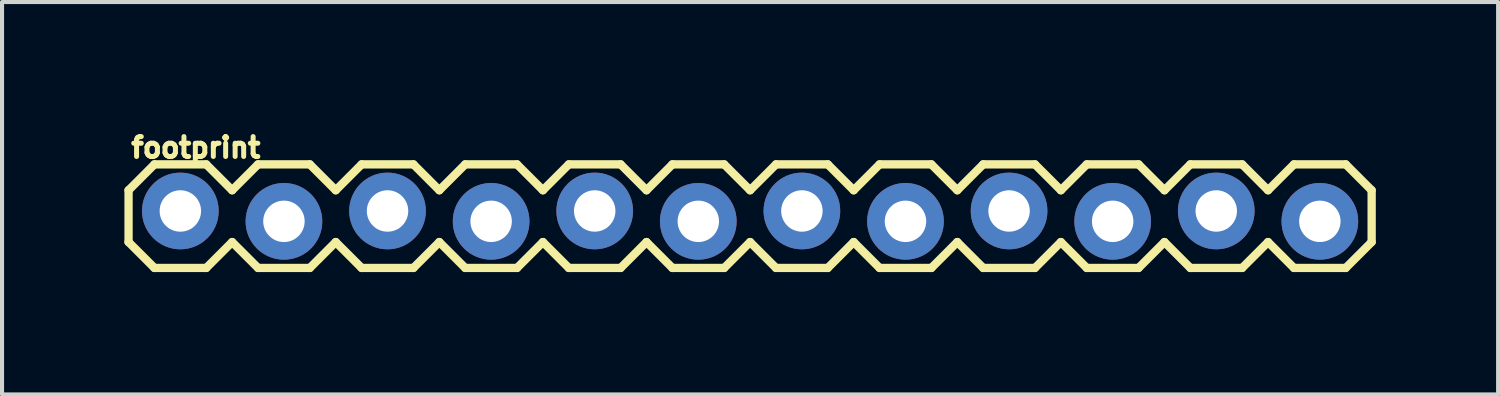
<source format=kicad_pcb>
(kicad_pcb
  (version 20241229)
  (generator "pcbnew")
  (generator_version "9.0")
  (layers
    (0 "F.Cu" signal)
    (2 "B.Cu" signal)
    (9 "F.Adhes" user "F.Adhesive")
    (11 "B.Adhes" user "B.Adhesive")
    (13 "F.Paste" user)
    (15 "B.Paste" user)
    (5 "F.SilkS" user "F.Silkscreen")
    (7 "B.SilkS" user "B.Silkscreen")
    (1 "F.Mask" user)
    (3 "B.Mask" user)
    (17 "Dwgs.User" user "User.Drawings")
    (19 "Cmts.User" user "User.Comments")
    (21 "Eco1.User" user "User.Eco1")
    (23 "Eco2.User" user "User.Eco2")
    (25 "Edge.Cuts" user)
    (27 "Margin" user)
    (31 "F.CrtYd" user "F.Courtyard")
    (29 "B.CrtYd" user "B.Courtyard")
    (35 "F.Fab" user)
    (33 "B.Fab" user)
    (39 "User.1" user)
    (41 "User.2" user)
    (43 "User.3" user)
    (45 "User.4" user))
  (footprint "footprint"
    (layer "F.Cu")
    (at 1.372 2.25)
    (property "Reference" "footprint" (at -1.27 -1.397 0) (layer "F.SilkS") (effects (font (size 0.488 0.488) (thickness 0.122)) (justify left bottom)))
    (fp_line (start -1.27 -0.635) (end -1.27 0.635) (stroke (width 0.203) (type solid)) (layer "F.SilkS"))
    (fp_line (start -1.27 0.635) (end -0.635 1.27) (stroke (width 0.203) (type solid)) (layer "F.SilkS"))
    (fp_line (start -0.635 -1.27) (end -1.27 -0.635) (stroke (width 0.203) (type solid)) (layer "F.SilkS"))
    (fp_line (start -0.635 -1.27) (end 0.635 -1.27) (stroke (width 0.203) (type solid)) (layer "F.SilkS"))
    (fp_line (start 0.635 -1.27) (end 1.27 -0.635) (stroke (width 0.203) (type solid)) (layer "F.SilkS"))
    (fp_line (start 0.635 1.27) (end -0.635 1.27) (stroke (width 0.203) (type solid)) (layer "F.SilkS"))
    (fp_line (start 1.27 -0.635) (end 1.905 -1.27) (stroke (width 0.203) (type solid)) (layer "F.SilkS"))
    (fp_line (start 1.27 0.635) (end 0.635 1.27) (stroke (width 0.203) (type solid)) (layer "F.SilkS"))
    (fp_line (start 1.905 -1.27) (end 3.175 -1.27) (stroke (width 0.203) (type solid)) (layer "F.SilkS"))
    (fp_line (start 1.905 1.27) (end 1.27 0.635) (stroke (width 0.203) (type solid)) (layer "F.SilkS"))
    (fp_line (start 3.175 -1.27) (end 3.81 -0.635) (stroke (width 0.203) (type solid)) (layer "F.SilkS"))
    (fp_line (start 3.175 1.27) (end 1.905 1.27) (stroke (width 0.203) (type solid)) (layer "F.SilkS"))
    (fp_line (start 3.81 -0.635) (end 4.445 -1.27) (stroke (width 0.203) (type solid)) (layer "F.SilkS"))
    (fp_line (start 3.81 0.635) (end 3.175 1.27) (stroke (width 0.203) (type solid)) (layer "F.SilkS"))
    (fp_line (start 4.445 -1.27) (end 5.715 -1.27) (stroke (width 0.203) (type solid)) (layer "F.SilkS"))
    (fp_line (start 4.445 1.27) (end 3.81 0.635) (stroke (width 0.203) (type solid)) (layer "F.SilkS"))
    (fp_line (start 5.715 -1.27) (end 6.35 -0.635) (stroke (width 0.203) (type solid)) (layer "F.SilkS"))
    (fp_line (start 5.715 1.27) (end 4.445 1.27) (stroke (width 0.203) (type solid)) (layer "F.SilkS"))
    (fp_line (start 6.35 0.635) (end 5.715 1.27) (stroke (width 0.203) (type solid)) (layer "F.SilkS"))
    (fp_line (start 6.35 0.635) (end 6.985 1.27) (stroke (width 0.203) (type solid)) (layer "F.SilkS"))
    (fp_line (start 6.985 -1.27) (end 6.35 -0.635) (stroke (width 0.203) (type solid)) (layer "F.SilkS"))
    (fp_line (start 6.985 -1.27) (end 8.255 -1.27) (stroke (width 0.203) (type solid)) (layer "F.SilkS"))
    (fp_line (start 8.255 -1.27) (end 8.89 -0.635) (stroke (width 0.203) (type solid)) (layer "F.SilkS"))
    (fp_line (start 8.255 1.27) (end 6.985 1.27) (stroke (width 0.203) (type solid)) (layer "F.SilkS"))
    (fp_line (start 8.89 -0.635) (end 9.525 -1.27) (stroke (width 0.203) (type solid)) (layer "F.SilkS"))
    (fp_line (start 8.89 0.635) (end 8.255 1.27) (stroke (width 0.203) (type solid)) (layer "F.SilkS"))
    (fp_line (start 9.525 -1.27) (end 10.795 -1.27) (stroke (width 0.203) (type solid)) (layer "F.SilkS"))
    (fp_line (start 9.525 1.27) (end 8.89 0.635) (stroke (width 0.203) (type solid)) (layer "F.SilkS"))
    (fp_line (start 10.795 -1.27) (end 11.43 -0.635) (stroke (width 0.203) (type solid)) (layer "F.SilkS"))
    (fp_line (start 10.795 1.27) (end 9.525 1.27) (stroke (width 0.203) (type solid)) (layer "F.SilkS"))
    (fp_line (start 11.43 -0.635) (end 12.065 -1.27) (stroke (width 0.203) (type solid)) (layer "F.SilkS"))
    (fp_line (start 11.43 0.635) (end 10.795 1.27) (stroke (width 0.203) (type solid)) (layer "F.SilkS"))
    (fp_line (start 12.065 -1.27) (end 13.335 -1.27) (stroke (width 0.203) (type solid)) (layer "F.SilkS"))
    (fp_line (start 12.065 1.27) (end 11.43 0.635) (stroke (width 0.203) (type solid)) (layer "F.SilkS"))
    (fp_line (start 13.335 -1.27) (end 13.97 -0.635) (stroke (width 0.203) (type solid)) (layer "F.SilkS"))
    (fp_line (start 13.335 1.27) (end 12.065 1.27) (stroke (width 0.203) (type solid)) (layer "F.SilkS"))
    (fp_line (start 13.97 0.635) (end 13.335 1.27) (stroke (width 0.203) (type solid)) (layer "F.SilkS"))
    (fp_line (start 13.97 0.635) (end 14.605 1.27) (stroke (width 0.203) (type solid)) (layer "F.SilkS"))
    (fp_line (start 14.605 -1.27) (end 13.97 -0.635) (stroke (width 0.203) (type solid)) (layer "F.SilkS"))
    (fp_line (start 14.605 -1.27) (end 15.875 -1.27) (stroke (width 0.203) (type solid)) (layer "F.SilkS"))
    (fp_line (start 15.875 -1.27) (end 16.51 -0.635) (stroke (width 0.203) (type solid)) (layer "F.SilkS"))
    (fp_line (start 15.875 1.27) (end 14.605 1.27) (stroke (width 0.203) (type solid)) (layer "F.SilkS"))
    (fp_line (start 16.51 0.635) (end 15.875 1.27) (stroke (width 0.203) (type solid)) (layer "F.SilkS"))
    (fp_line (start 16.51 0.635) (end 17.145 1.27) (stroke (width 0.203) (type solid)) (layer "F.SilkS"))
    (fp_line (start 17.145 -1.27) (end 16.51 -0.635) (stroke (width 0.203) (type solid)) (layer "F.SilkS"))
    (fp_line (start 17.145 -1.27) (end 18.415 -1.27) (stroke (width 0.203) (type solid)) (layer "F.SilkS"))
    (fp_line (start 18.415 -1.27) (end 19.05 -0.635) (stroke (width 0.203) (type solid)) (layer "F.SilkS"))
    (fp_line (start 18.415 1.27) (end 17.145 1.27) (stroke (width 0.203) (type solid)) (layer "F.SilkS"))
    (fp_line (start 19.05 0.635) (end 18.415 1.27) (stroke (width 0.203) (type solid)) (layer "F.SilkS"))
    (fp_line (start 19.05 0.635) (end 19.685 1.27) (stroke (width 0.203) (type solid)) (layer "F.SilkS"))
    (fp_line (start 19.685 -1.27) (end 19.05 -0.635) (stroke (width 0.203) (type solid)) (layer "F.SilkS"))
    (fp_line (start 19.685 -1.27) (end 20.955 -1.27) (stroke (width 0.203) (type solid)) (layer "F.SilkS"))
    (fp_line (start 20.955 -1.27) (end 21.59 -0.635) (stroke (width 0.203) (type solid)) (layer "F.SilkS"))
    (fp_line (start 20.955 1.27) (end 19.685 1.27) (stroke (width 0.203) (type solid)) (layer "F.SilkS"))
    (fp_line (start 21.59 0.635) (end 20.955 1.27) (stroke (width 0.203) (type solid)) (layer "F.SilkS"))
    (fp_line (start 21.59 0.635) (end 22.225 1.27) (stroke (width 0.203) (type solid)) (layer "F.SilkS"))
    (fp_line (start 22.225 -1.27) (end 21.59 -0.635) (stroke (width 0.203) (type solid)) (layer "F.SilkS"))
    (fp_line (start 22.225 -1.27) (end 23.495 -1.27) (stroke (width 0.203) (type solid)) (layer "F.SilkS"))
    (fp_line (start 23.495 -1.27) (end 24.13 -0.635) (stroke (width 0.203) (type solid)) (layer "F.SilkS"))
    (fp_line (start 23.495 1.27) (end 22.225 1.27) (stroke (width 0.203) (type solid)) (layer "F.SilkS"))
    (fp_line (start 24.13 0.635) (end 23.495 1.27) (stroke (width 0.203) (type solid)) (layer "F.SilkS"))
    (fp_line (start 24.13 0.635) (end 24.765 1.27) (stroke (width 0.203) (type solid)) (layer "F.SilkS"))
    (fp_line (start 24.765 -1.27) (end 24.13 -0.635) (stroke (width 0.203) (type solid)) (layer "F.SilkS"))
    (fp_line (start 24.765 -1.27) (end 26.035 -1.27) (stroke (width 0.203) (type solid)) (layer "F.SilkS"))
    (fp_line (start 26.035 -1.27) (end 26.67 -0.635) (stroke (width 0.203) (type solid)) (layer "F.SilkS"))
    (fp_line (start 26.035 1.27) (end 24.765 1.27) (stroke (width 0.203) (type solid)) (layer "F.SilkS"))
    (fp_line (start 26.67 0.635) (end 26.035 1.27) (stroke (width 0.203) (type solid)) (layer "F.SilkS"))
    (fp_line (start 26.67 0.635) (end 27.305 1.27) (stroke (width 0.203) (type solid)) (layer "F.SilkS"))
    (fp_line (start 27.305 -1.27) (end 26.67 -0.635) (stroke (width 0.203) (type solid)) (layer "F.SilkS"))
    (fp_line (start 27.305 -1.27) (end 28.575 -1.27) (stroke (width 0.203) (type solid)) (layer "F.SilkS"))
    (fp_line (start 28.575 -1.27) (end 29.21 -0.635) (stroke (width 0.203) (type solid)) (layer "F.SilkS"))
    (fp_line (start 28.575 1.27) (end 27.305 1.27) (stroke (width 0.203) (type solid)) (layer "F.SilkS"))
    (fp_line (start 29.21 -0.635) (end 29.21 0.635) (stroke (width 0.203) (type solid)) (layer "F.SilkS"))
    (fp_line (start 29.21 0.635) (end 28.575 1.27) (stroke (width 0.203) (type solid)) (layer "F.SilkS"))
    (fp_poly (pts (xy -0.254 0.254) (xy 0.254 0.254) (xy 0.254 -0.254) (xy -0.254 -0.254)) (stroke (width 0.1) (type solid)) (fill no) (layer "F.Fab"))
    (fp_poly (pts (xy 2.286 0.254) (xy 2.794 0.254) (xy 2.794 -0.254) (xy 2.286 -0.254)) (stroke (width 0.1) (type solid)) (fill no) (layer "F.Fab"))
    (fp_poly (pts (xy 4.826 0.254) (xy 5.334 0.254) (xy 5.334 -0.254) (xy 4.826 -0.254)) (stroke (width 0.1) (type solid)) (fill no) (layer "F.Fab"))
    (fp_poly (pts (xy 7.366 0.254) (xy 7.874 0.254) (xy 7.874 -0.254) (xy 7.366 -0.254)) (stroke (width 0.1) (type solid)) (fill no) (layer "F.Fab"))
    (fp_poly (pts (xy 9.906 0.254) (xy 10.414 0.254) (xy 10.414 -0.254) (xy 9.906 -0.254)) (stroke (width 0.1) (type solid)) (fill no) (layer "F.Fab"))
    (fp_poly (pts (xy 12.954 0.254) (xy 12.954 -0.254) (xy 12.446 -0.254) (xy 12.446 0.254)) (stroke (width 0.1) (type solid)) (fill no) (layer "F.Fab"))
    (fp_poly (pts (xy 14.986 0.254) (xy 15.494 0.254) (xy 15.494 -0.254) (xy 14.986 -0.254)) (stroke (width 0.1) (type solid)) (fill no) (layer "F.Fab"))
    (fp_poly (pts (xy 17.526 0.254) (xy 18.034 0.254) (xy 18.034 -0.254) (xy 17.526 -0.254)) (stroke (width 0.1) (type solid)) (fill no) (layer "F.Fab"))
    (fp_poly (pts (xy 20.066 0.254) (xy 20.574 0.254) (xy 20.574 -0.254) (xy 20.066 -0.254)) (stroke (width 0.1) (type solid)) (fill no) (layer "F.Fab"))
    (fp_poly (pts (xy 22.606 0.254) (xy 23.114 0.254) (xy 23.114 -0.254) (xy 22.606 -0.254)) (stroke (width 0.1) (type solid)) (fill no) (layer "F.Fab"))
    (fp_poly (pts (xy 25.146 0.254) (xy 25.654 0.254) (xy 25.654 -0.254) (xy 25.146 -0.254)) (stroke (width 0.1) (type solid)) (fill no) (layer "F.Fab"))
    (fp_poly (pts (xy 27.686 0.254) (xy 28.194 0.254) (xy 28.194 -0.254) (xy 27.686 -0.254)) (stroke (width 0.1) (type solid)) (fill no) (layer "F.Fab"))
    (pad "1" thru_hole circle (at 0 -0.127 90) (size 1.88 1.88) (drill 1.016) (layers "*.Cu" "*.Mask"))
    (pad "2" thru_hole circle (at 2.54 0.127 90) (size 1.88 1.88) (drill 1.016) (layers "*.Cu" "*.Mask"))
    (pad "3" thru_hole circle (at 5.08 -0.127 90) (size 1.88 1.88) (drill 1.016) (layers "*.Cu" "*.Mask"))
    (pad "4" thru_hole circle (at 7.62 0.127 90) (size 1.88 1.88) (drill 1.016) (layers "*.Cu" "*.Mask"))
    (pad "5" thru_hole circle (at 10.16 -0.127 90) (size 1.88 1.88) (drill 1.016) (layers "*.Cu" "*.Mask"))
    (pad "6" thru_hole circle (at 12.7 0.127 90) (size 1.88 1.88) (drill 1.016) (layers "*.Cu" "*.Mask"))
    (pad "7" thru_hole circle (at 15.24 -0.127 90) (size 1.88 1.88) (drill 1.016) (layers "*.Cu" "*.Mask"))
    (pad "8" thru_hole circle (at 17.78 0.127 90) (size 1.88 1.88) (drill 1.016) (layers "*.Cu" "*.Mask"))
    (pad "9" thru_hole circle (at 20.32 -0.127 90) (size 1.88 1.88) (drill 1.016) (layers "*.Cu" "*.Mask"))
    (pad "10" thru_hole circle (at 22.86 0.127 90) (size 1.88 1.88) (drill 1.016) (layers "*.Cu" "*.Mask"))
    (pad "11" thru_hole circle (at 25.4 -0.127 90) (size 1.88 1.88) (drill 1.016) (layers "*.Cu" "*.Mask"))
    (pad "12" thru_hole circle (at 27.94 0.127 90) (size 1.88 1.88) (drill 1.016) (layers "*.Cu" "*.Mask")))
  (gr_rect
    (start -3 -3)
    (end 33.683 6.622)
    (stroke (width 0.1) (type default))
    (fill no)
    (layer "Edge.Cuts")))
</source>
